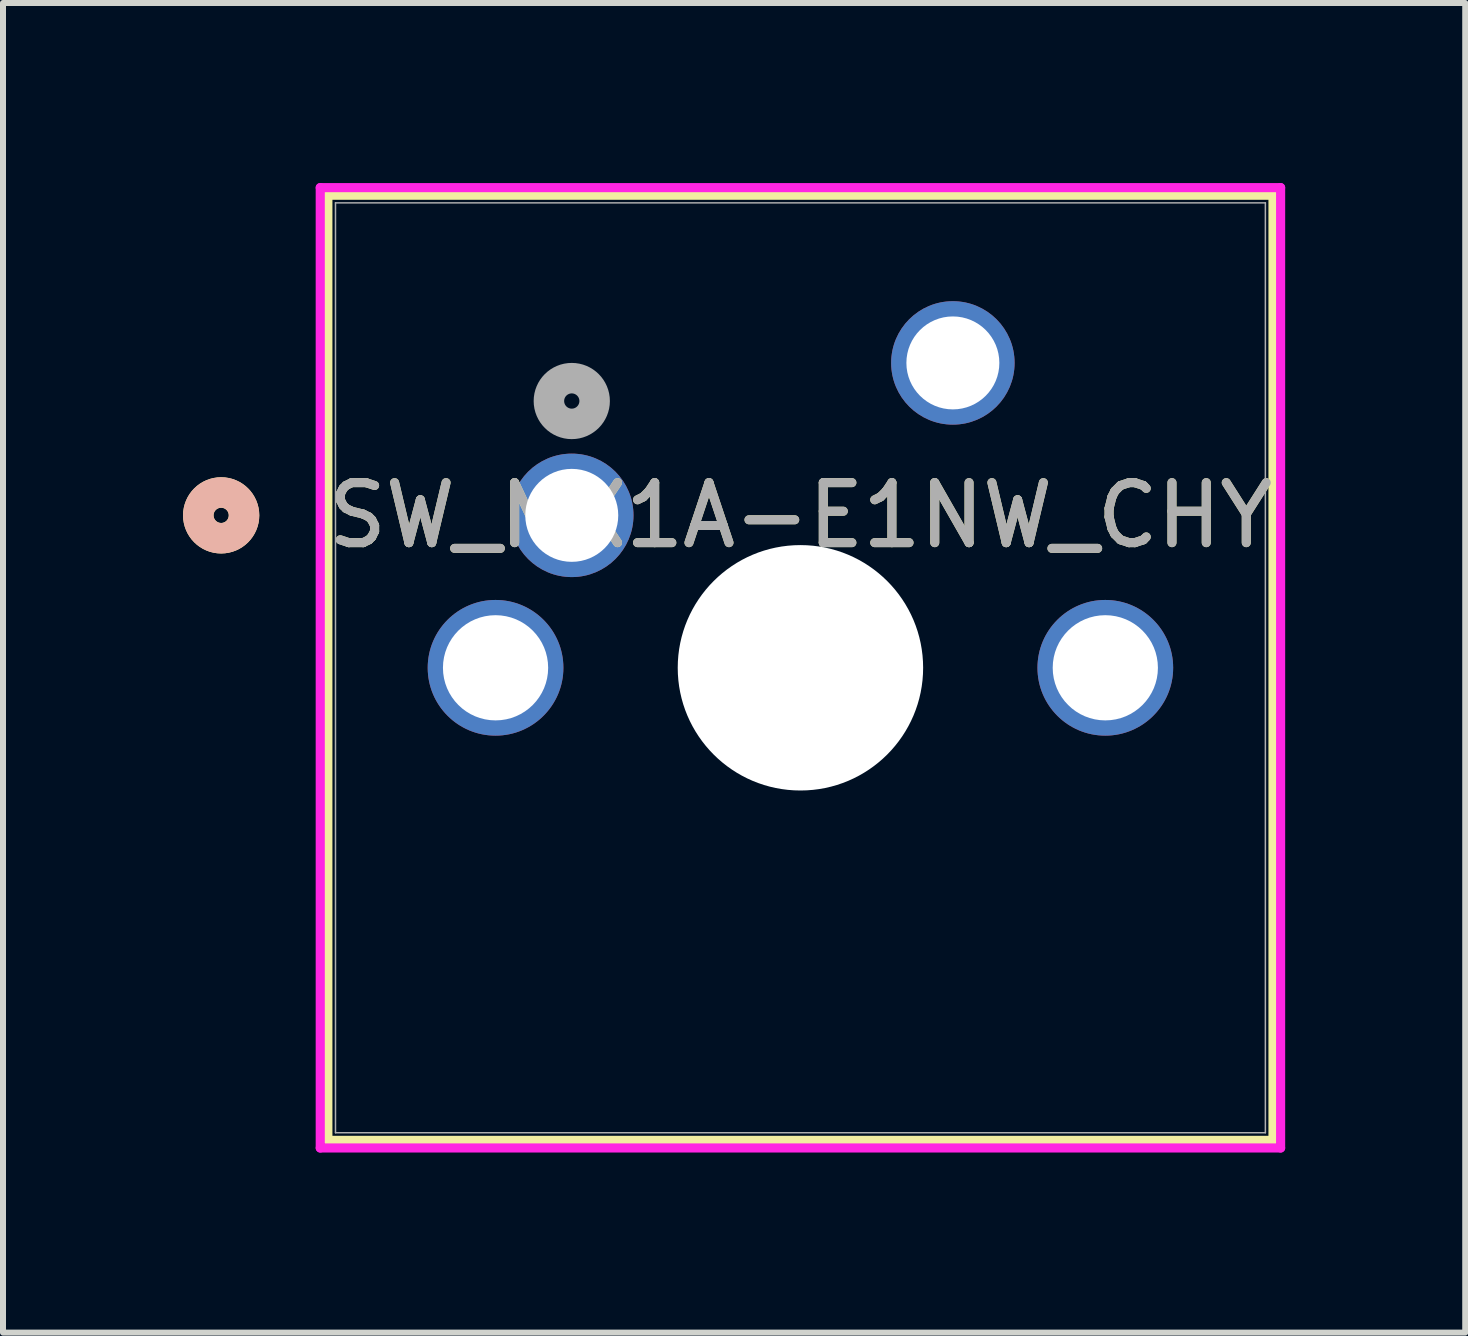
<source format=kicad_pcb>
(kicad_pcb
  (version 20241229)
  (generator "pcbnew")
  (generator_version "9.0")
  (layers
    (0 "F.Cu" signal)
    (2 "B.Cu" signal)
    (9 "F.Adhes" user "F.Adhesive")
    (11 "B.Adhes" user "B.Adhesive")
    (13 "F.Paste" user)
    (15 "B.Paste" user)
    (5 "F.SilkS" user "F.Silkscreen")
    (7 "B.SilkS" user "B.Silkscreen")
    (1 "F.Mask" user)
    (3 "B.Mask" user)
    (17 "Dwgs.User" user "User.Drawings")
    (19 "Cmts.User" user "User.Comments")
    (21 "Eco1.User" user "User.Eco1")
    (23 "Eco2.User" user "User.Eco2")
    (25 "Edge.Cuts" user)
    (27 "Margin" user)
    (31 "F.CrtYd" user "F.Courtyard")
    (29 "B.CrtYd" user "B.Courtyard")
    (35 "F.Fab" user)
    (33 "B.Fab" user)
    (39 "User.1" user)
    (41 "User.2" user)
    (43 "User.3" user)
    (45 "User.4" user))
  (footprint "SW_MX1A-E1NW_CHY"
    (layer "F.Cu")
    (at 6.477 5.537)
    (property "Reference" "SW_MX1A-E1NW_CHY" (at 3.81 0 0) (unlocked yes) (layer "F.SilkS") (effects (font (size 1 1) (thickness 0.15))))
    (attr through_hole)
    (fp_line (start -4.064 -5.334) (end -4.064 10.414) (stroke (width 0.152) (type solid)) (layer "F.SilkS"))
    (fp_line (start -4.064 10.414) (end 11.684 10.414) (stroke (width 0.152) (type solid)) (layer "F.SilkS"))
    (fp_line (start 11.684 -5.334) (end -4.064 -5.334) (stroke (width 0.152) (type solid)) (layer "F.SilkS"))
    (fp_line (start 11.684 10.414) (end 11.684 -5.334) (stroke (width 0.152) (type solid)) (layer "F.SilkS"))
    (fp_circle (center -5.842 0) (end -5.461 0) (stroke (width 0.508) (type solid)) (fill no) (layer "F.SilkS"))
    (fp_circle (center -5.842 0) (end -5.461 0) (stroke (width 0.508) (type solid)) (fill no) (layer "B.SilkS"))
    (fp_line (start -4.191 -5.461) (end -4.191 10.541) (stroke (width 0.152) (type solid)) (layer "F.CrtYd"))
    (fp_line (start -4.191 10.541) (end 11.811 10.541) (stroke (width 0.152) (type solid)) (layer "F.CrtYd"))
    (fp_line (start 11.811 -5.461) (end -4.191 -5.461) (stroke (width 0.152) (type solid)) (layer "F.CrtYd"))
    (fp_line (start 11.811 10.541) (end 11.811 -5.461) (stroke (width 0.152) (type solid)) (layer "F.CrtYd"))
    (fp_line (start -3.937 -5.207) (end -3.937 10.287) (stroke (width 0.025) (type solid)) (layer "F.Fab"))
    (fp_line (start -3.937 10.287) (end 11.557 10.287) (stroke (width 0.025) (type solid)) (layer "F.Fab"))
    (fp_line (start 11.557 -5.207) (end -3.937 -5.207) (stroke (width 0.025) (type solid)) (layer "F.Fab"))
    (fp_line (start 11.557 10.287) (end 11.557 -5.207) (stroke (width 0.025) (type solid)) (layer "F.Fab"))
    (fp_circle (center 0 -1.905) (end 0.381 -1.905) (stroke (width 0.508) (type solid)) (fill no) (layer "F.Fab"))
    (fp_text user "${REFERENCE}" (at 3.81 0 0) (unlocked yes) (layer "F.Fab") (effects (font (size 1 1) (thickness 0.15))))
    (pad "" np_thru_hole circle (at 3.81 2.54) (size 4.089 4.089) (drill 4.089) (layers "*.Cu" "*.Mask"))
    (pad "1" thru_hole circle (at 0 0) (size 2.057 2.057) (drill 1.549) (layers "*.Cu" "*.Mask"))
    (pad "2" thru_hole circle (at 6.35 -2.54) (size 2.057 2.057) (drill 1.549) (layers "*.Cu" "*.Mask"))
    (pad "4" thru_hole circle (at -1.27 2.54) (size 2.261 2.261) (drill 1.753) (layers "*.Cu" "*.Mask"))
    (pad "5" thru_hole circle (at 8.89 2.54) (size 2.261 2.261) (drill 1.753) (layers "*.Cu" "*.Mask")))
  (gr_rect
    (start -3 -3)
    (end 21.364 19.154)
    (stroke (width 0.1) (type default))
    (fill no)
    (layer "Edge.Cuts")))
</source>
